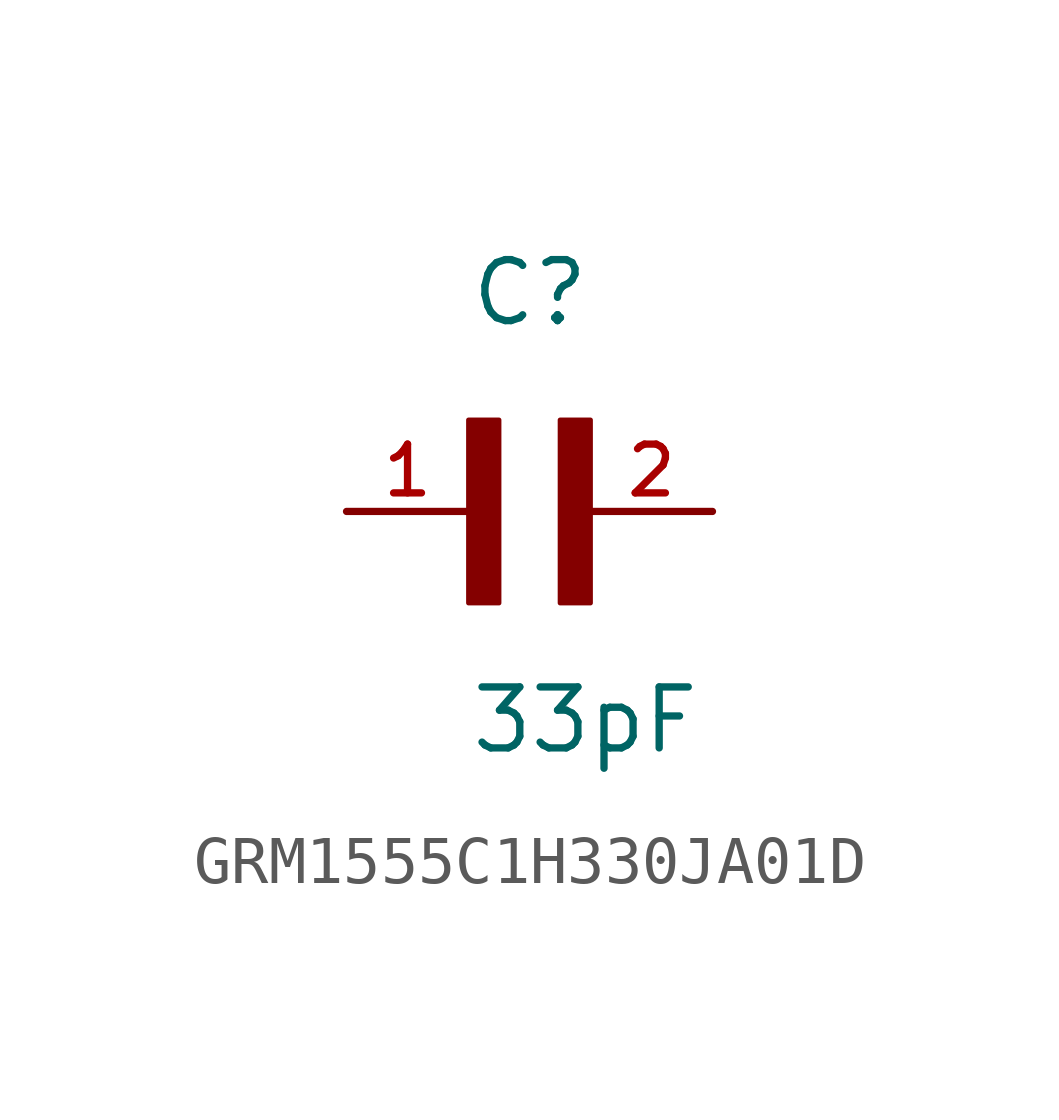
<source format=kicad_sym>
(kicad_symbol_lib
  (version 20220914)
  (generator kicad_symbol_editor)
  (symbol "GRM1555C1H330JA01D"
    (pin_names
      (offset 1.016))
    (property "Reference" "C"
      (at 0 3.811 0)
      (effects (font (size 1.27 1.27)) (justify left bottom)))
    (property "Value" "33pF"
      (at 0 -5.088 0)
      (effects (font (size 1.27 1.27)) (justify left bottom)))
    (symbol "GRM1555C1H330JA01D_0_0"
      (rectangle (start 0 -1.907) (end 0.635 1.905) (stroke (width 0.1) (type default)) (fill (type outline)))
      (rectangle (start 1.907 -1.907) (end 2.54 1.905) (stroke (width 0.1) (type default)) (fill (type outline)))
      (pin passive line (at -2.54 0 0) (length 2.54) (name "~" (effects (font (size 1.016 1.016)))) (number "1" (effects (font (size 1.016 1.016)))))
      (pin passive line (at 5.08 0 180) (length 2.54) (name "~" (effects (font (size 1.016 1.016)))) (number "2" (effects (font (size 1.016 1.016))))))))
</source>
